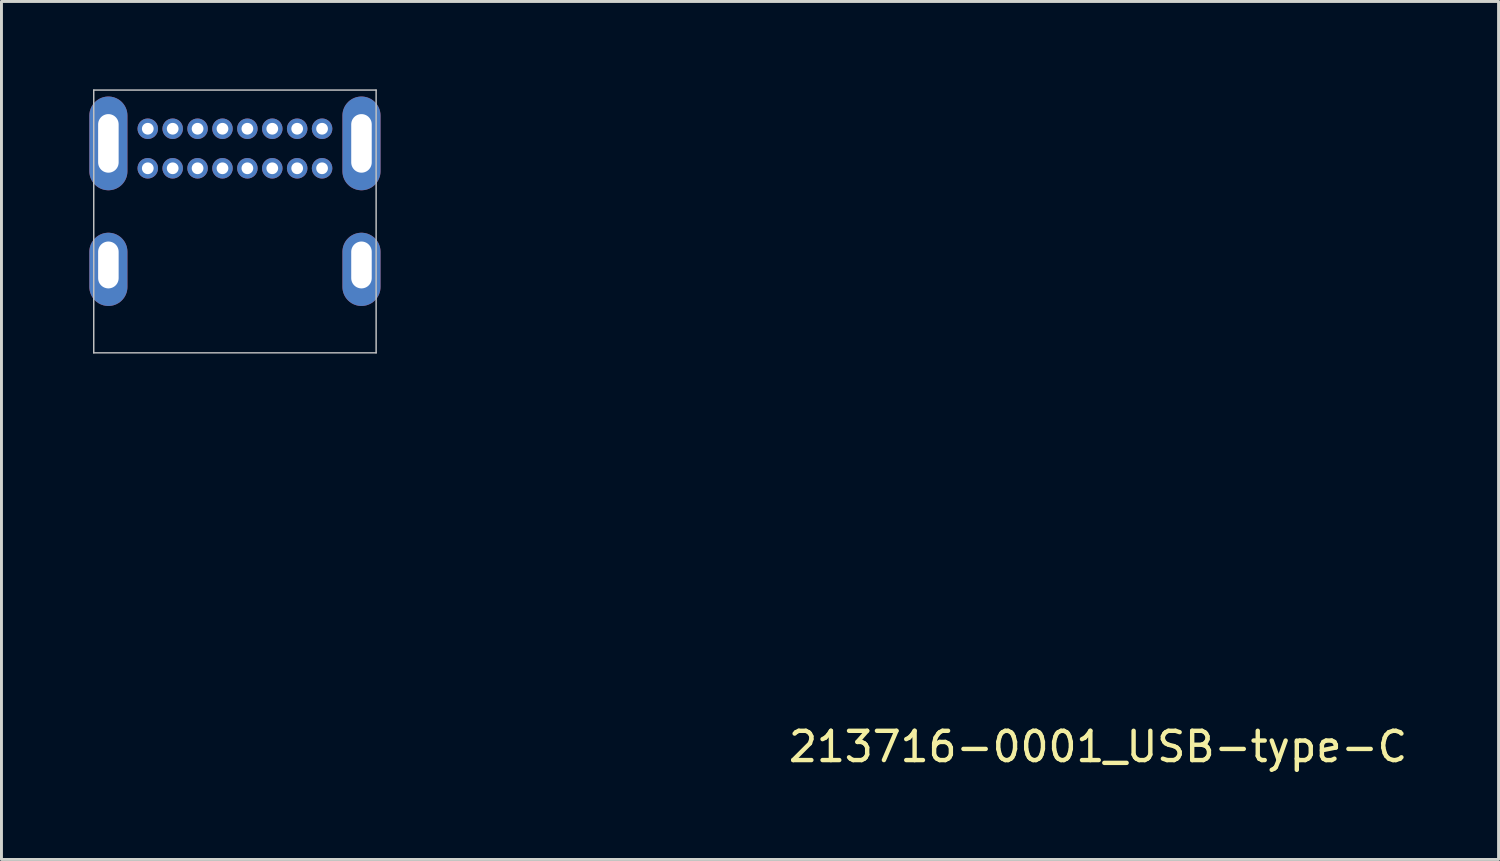
<source format=kicad_pcb>
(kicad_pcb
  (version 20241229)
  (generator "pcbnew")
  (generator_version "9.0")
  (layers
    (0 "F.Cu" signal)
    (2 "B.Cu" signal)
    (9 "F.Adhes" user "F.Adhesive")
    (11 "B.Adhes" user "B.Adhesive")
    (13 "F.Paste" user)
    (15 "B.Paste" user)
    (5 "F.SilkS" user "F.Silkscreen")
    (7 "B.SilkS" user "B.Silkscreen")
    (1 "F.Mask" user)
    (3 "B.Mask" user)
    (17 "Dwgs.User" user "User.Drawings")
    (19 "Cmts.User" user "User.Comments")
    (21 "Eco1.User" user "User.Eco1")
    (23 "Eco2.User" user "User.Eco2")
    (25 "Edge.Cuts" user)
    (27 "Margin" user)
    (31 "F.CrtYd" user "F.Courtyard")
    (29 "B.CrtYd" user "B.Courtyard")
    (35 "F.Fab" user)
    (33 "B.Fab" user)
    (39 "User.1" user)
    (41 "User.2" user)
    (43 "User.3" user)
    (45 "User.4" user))
  (footprint "213716-0001_USB-type-C"
    (layer "F.Cu")
    (at 4.97 5.17)
    (property "Reference" "213716-0001_USB-type-C" (at 29.464 17.272 0) (layer "F.SilkS") (effects (font (size 1 1) (thickness 0.15))))
    (attr through_hole)
    (fp_line (start -4.82 -5.145) (end 4.82 -5.145) (stroke (width 0.05) (type solid)) (layer "Dwgs.User"))
    (fp_line (start -4.82 3.825) (end -4.82 -5.145) (stroke (width 0.05) (type solid)) (layer "Dwgs.User"))
    (fp_line (start -4.82 3.825) (end 4.82 3.825) (stroke (width 0.05) (type solid)) (layer "Dwgs.User"))
    (fp_line (start 4.82 3.825) (end 4.82 -5.145) (stroke (width 0.05) (type solid)) (layer "Dwgs.User"))
    (pad "" thru_hole oval (at -4.32 -3.325) (size 1.3 3.2) (drill oval 0.7 2) (layers "*.Cu" "*.Mask"))
    (pad "" thru_hole oval (at -4.32 0.825) (size 1.3 2.5) (drill oval 0.7 1.6 (offset 0 0.15)) (layers "*.Cu" "*.Mask"))
    (pad "" thru_hole oval (at 4.32 -3.325) (size 1.3 3.2) (drill oval 0.7 2) (layers "*.Cu" "*.Mask"))
    (pad "" thru_hole oval (at 4.32 0.825) (size 1.3 2.5) (drill oval 0.7 1.6 (offset 0 0.15)) (layers "*.Cu" "*.Mask"))
    (pad "A1" thru_hole circle (at -2.975 -3.825) (size 0.7 0.7) (drill 0.4) (layers "*.Cu" "*.Mask"))
    (pad "A4" thru_hole circle (at -2.125 -3.825) (size 0.7 0.7) (drill 0.4) (layers "*.Cu" "*.Mask"))
    (pad "A5" thru_hole circle (at -1.275 -3.825) (size 0.7 0.7) (drill 0.4) (layers "*.Cu" "*.Mask"))
    (pad "A6" thru_hole circle (at -0.425 -3.825) (size 0.7 0.7) (drill 0.4) (layers "*.Cu" "*.Mask"))
    (pad "A7" thru_hole circle (at 0.425 -3.825) (size 0.7 0.7) (drill 0.4) (layers "*.Cu" "*.Mask"))
    (pad "A8" thru_hole circle (at 1.275 -3.825) (size 0.7 0.7) (drill 0.4) (layers "*.Cu" "*.Mask"))
    (pad "A9" thru_hole circle (at 2.125 -3.825) (size 0.7 0.7) (drill 0.4) (layers "*.Cu" "*.Mask"))
    (pad "A12" thru_hole circle (at 2.975 -3.825) (size 0.7 0.7) (drill 0.4) (layers "*.Cu" "*.Mask"))
    (pad "B1" thru_hole circle (at 2.975 -2.475) (size 0.7 0.7) (drill 0.4) (layers "*.Cu" "*.Mask"))
    (pad "B4" thru_hole circle (at 2.125 -2.475) (size 0.7 0.7) (drill 0.4) (layers "*.Cu" "*.Mask"))
    (pad "B5" thru_hole circle (at 1.275 -2.475) (size 0.7 0.7) (drill 0.4) (layers "*.Cu" "*.Mask"))
    (pad "B6" thru_hole circle (at 0.425 -2.475) (size 0.7 0.7) (drill 0.4) (layers "*.Cu" "*.Mask"))
    (pad "B7" thru_hole circle (at -0.425 -2.475) (size 0.7 0.7) (drill 0.4) (layers "*.Cu" "*.Mask"))
    (pad "B8" thru_hole circle (at -1.275 -2.475) (size 0.7 0.7) (drill 0.4) (layers "*.Cu" "*.Mask"))
    (pad "B9" thru_hole circle (at -2.125 -2.475) (size 0.7 0.7) (drill 0.4) (layers "*.Cu" "*.Mask"))
    (pad "B12" thru_hole circle (at -2.975 -2.475) (size 0.7 0.7) (drill 0.4) (layers "*.Cu" "*.Mask")))
  (gr_rect
    (start -3 -3)
    (end 48.107 26.29)
    (stroke (width 0.1) (type default))
    (fill no)
    (layer "Edge.Cuts")))
</source>
